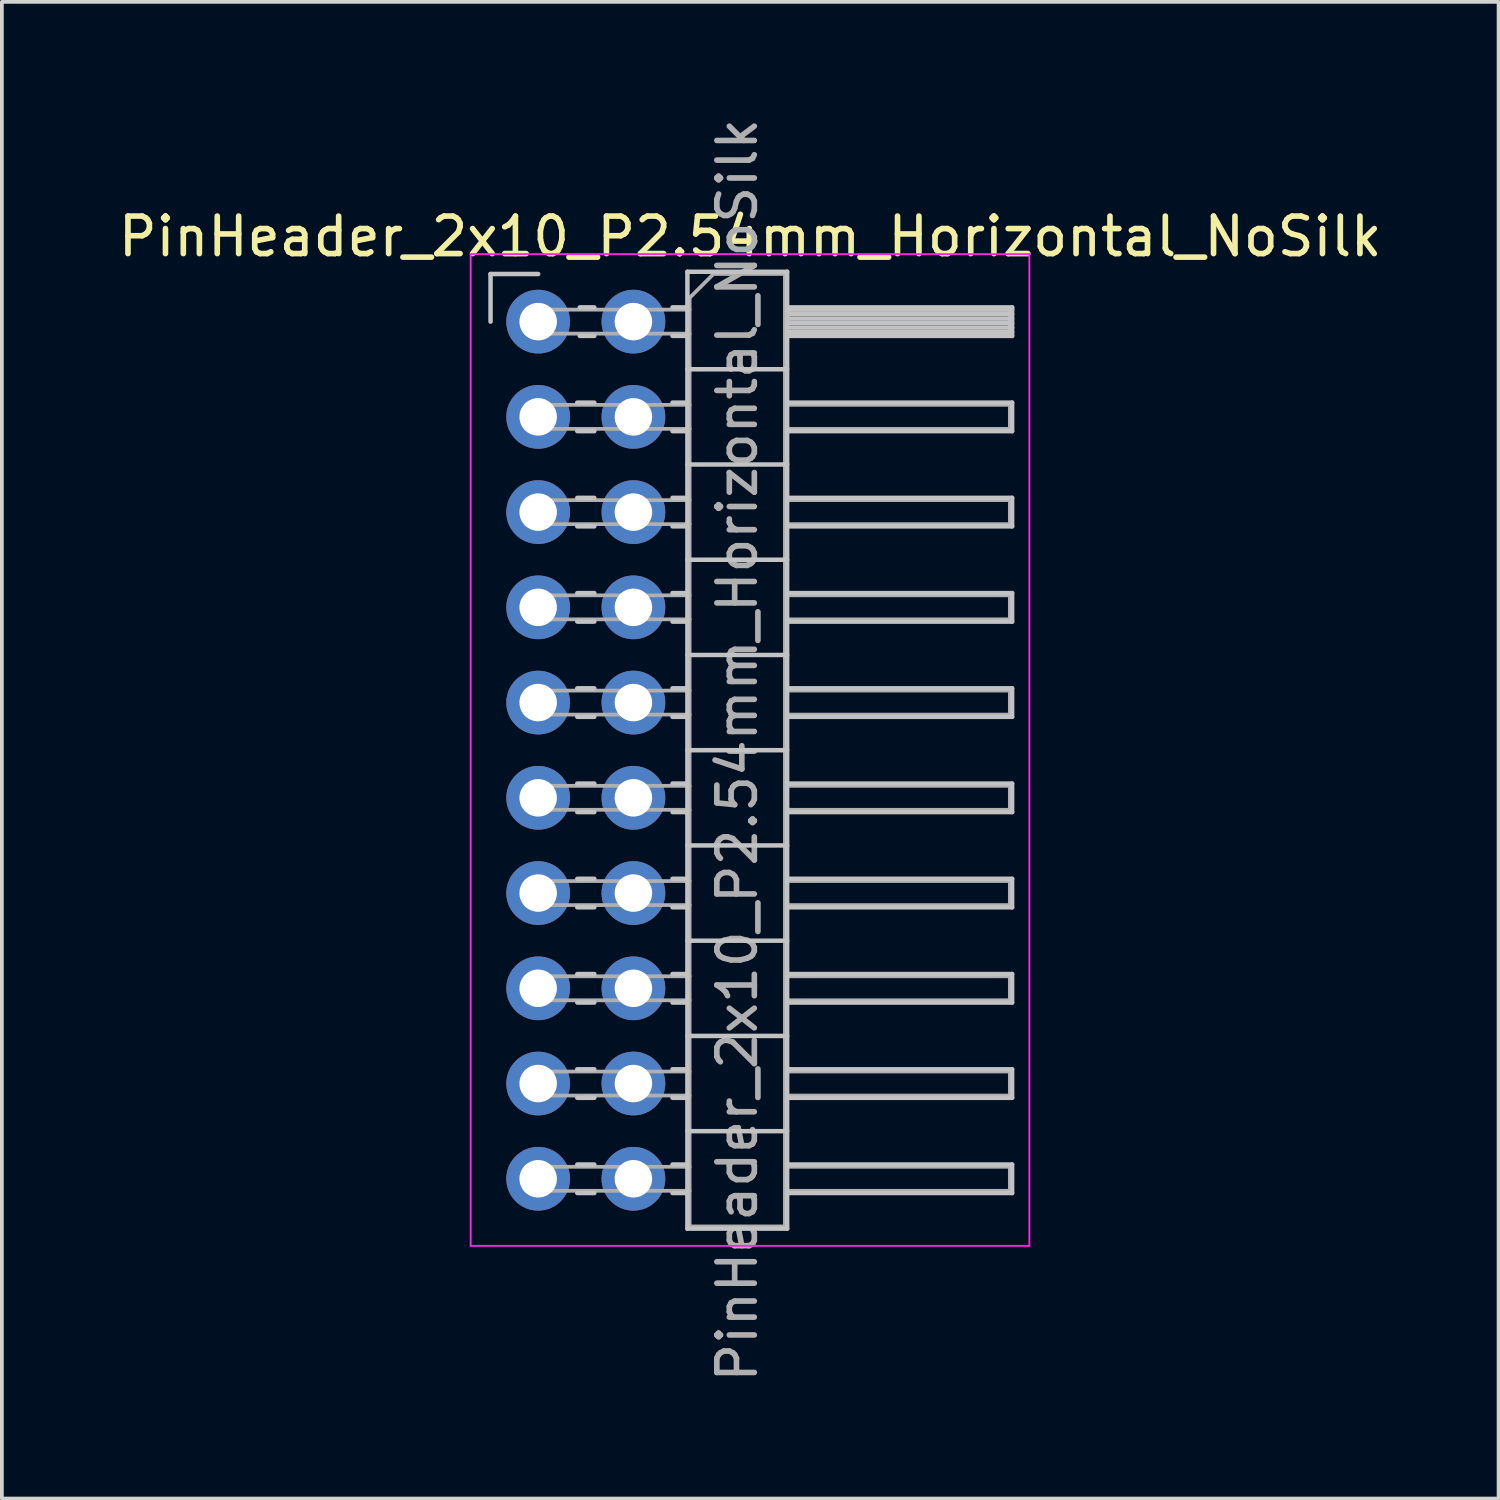
<source format=kicad_pcb>
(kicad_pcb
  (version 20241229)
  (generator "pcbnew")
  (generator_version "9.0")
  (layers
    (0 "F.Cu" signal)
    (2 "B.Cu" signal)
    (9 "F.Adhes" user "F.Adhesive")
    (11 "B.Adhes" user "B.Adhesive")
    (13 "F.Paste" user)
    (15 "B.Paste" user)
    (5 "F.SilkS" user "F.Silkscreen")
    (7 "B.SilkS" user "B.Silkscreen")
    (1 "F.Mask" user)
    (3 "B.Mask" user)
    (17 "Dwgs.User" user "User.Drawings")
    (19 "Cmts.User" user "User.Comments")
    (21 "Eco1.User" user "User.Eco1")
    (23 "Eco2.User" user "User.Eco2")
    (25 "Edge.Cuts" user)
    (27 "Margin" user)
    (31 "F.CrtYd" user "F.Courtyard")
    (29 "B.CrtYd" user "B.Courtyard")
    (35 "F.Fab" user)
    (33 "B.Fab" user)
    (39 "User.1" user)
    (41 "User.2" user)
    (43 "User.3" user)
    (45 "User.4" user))
  (footprint "PinHeader_2x10_P2.54mm_Horizontal_NoSilk"
    (layer "F.Cu")
    (at 11.303 5.528)
    (property "Reference" "PinHeader_2x10_P2.54mm_Horizontal_NoSilk" (at 5.655 -2.27 0) (layer "F.SilkS") (effects (font (size 1 1) (thickness 0.15))))
    (attr through_hole)
    (fp_line (start -1.27 -1.27) (end 0 -1.27) (stroke (width 0.12) (type solid)) (layer "Dwgs.User"))
    (fp_line (start -1.27 0) (end -1.27 -1.27) (stroke (width 0.12) (type solid)) (layer "Dwgs.User"))
    (fp_line (start 1.043 2.16) (end 1.497 2.16) (stroke (width 0.12) (type solid)) (layer "Dwgs.User"))
    (fp_line (start 1.043 2.92) (end 1.497 2.92) (stroke (width 0.12) (type solid)) (layer "Dwgs.User"))
    (fp_line (start 1.043 4.7) (end 1.497 4.7) (stroke (width 0.12) (type solid)) (layer "Dwgs.User"))
    (fp_line (start 1.043 5.46) (end 1.497 5.46) (stroke (width 0.12) (type solid)) (layer "Dwgs.User"))
    (fp_line (start 1.043 7.24) (end 1.497 7.24) (stroke (width 0.12) (type solid)) (layer "Dwgs.User"))
    (fp_line (start 1.043 8) (end 1.497 8) (stroke (width 0.12) (type solid)) (layer "Dwgs.User"))
    (fp_line (start 1.043 9.78) (end 1.497 9.78) (stroke (width 0.12) (type solid)) (layer "Dwgs.User"))
    (fp_line (start 1.043 10.54) (end 1.497 10.54) (stroke (width 0.12) (type solid)) (layer "Dwgs.User"))
    (fp_line (start 1.043 12.32) (end 1.497 12.32) (stroke (width 0.12) (type solid)) (layer "Dwgs.User"))
    (fp_line (start 1.043 13.08) (end 1.497 13.08) (stroke (width 0.12) (type solid)) (layer "Dwgs.User"))
    (fp_line (start 1.043 14.86) (end 1.497 14.86) (stroke (width 0.12) (type solid)) (layer "Dwgs.User"))
    (fp_line (start 1.043 15.62) (end 1.497 15.62) (stroke (width 0.12) (type solid)) (layer "Dwgs.User"))
    (fp_line (start 1.043 17.4) (end 1.497 17.4) (stroke (width 0.12) (type solid)) (layer "Dwgs.User"))
    (fp_line (start 1.043 18.16) (end 1.497 18.16) (stroke (width 0.12) (type solid)) (layer "Dwgs.User"))
    (fp_line (start 1.043 19.94) (end 1.497 19.94) (stroke (width 0.12) (type solid)) (layer "Dwgs.User"))
    (fp_line (start 1.043 20.7) (end 1.497 20.7) (stroke (width 0.12) (type solid)) (layer "Dwgs.User"))
    (fp_line (start 1.043 22.48) (end 1.497 22.48) (stroke (width 0.12) (type solid)) (layer "Dwgs.User"))
    (fp_line (start 1.043 23.24) (end 1.497 23.24) (stroke (width 0.12) (type solid)) (layer "Dwgs.User"))
    (fp_line (start 1.11 -0.38) (end 1.497 -0.38) (stroke (width 0.12) (type solid)) (layer "Dwgs.User"))
    (fp_line (start 1.11 0.38) (end 1.497 0.38) (stroke (width 0.12) (type solid)) (layer "Dwgs.User"))
    (fp_line (start 3.583 -0.38) (end 3.98 -0.38) (stroke (width 0.12) (type solid)) (layer "Dwgs.User"))
    (fp_line (start 3.583 0.38) (end 3.98 0.38) (stroke (width 0.12) (type solid)) (layer "Dwgs.User"))
    (fp_line (start 3.583 2.16) (end 3.98 2.16) (stroke (width 0.12) (type solid)) (layer "Dwgs.User"))
    (fp_line (start 3.583 2.92) (end 3.98 2.92) (stroke (width 0.12) (type solid)) (layer "Dwgs.User"))
    (fp_line (start 3.583 4.7) (end 3.98 4.7) (stroke (width 0.12) (type solid)) (layer "Dwgs.User"))
    (fp_line (start 3.583 5.46) (end 3.98 5.46) (stroke (width 0.12) (type solid)) (layer "Dwgs.User"))
    (fp_line (start 3.583 7.24) (end 3.98 7.24) (stroke (width 0.12) (type solid)) (layer "Dwgs.User"))
    (fp_line (start 3.583 8) (end 3.98 8) (stroke (width 0.12) (type solid)) (layer "Dwgs.User"))
    (fp_line (start 3.583 9.78) (end 3.98 9.78) (stroke (width 0.12) (type solid)) (layer "Dwgs.User"))
    (fp_line (start 3.583 10.54) (end 3.98 10.54) (stroke (width 0.12) (type solid)) (layer "Dwgs.User"))
    (fp_line (start 3.583 12.32) (end 3.98 12.32) (stroke (width 0.12) (type solid)) (layer "Dwgs.User"))
    (fp_line (start 3.583 13.08) (end 3.98 13.08) (stroke (width 0.12) (type solid)) (layer "Dwgs.User"))
    (fp_line (start 3.583 14.86) (end 3.98 14.86) (stroke (width 0.12) (type solid)) (layer "Dwgs.User"))
    (fp_line (start 3.583 15.62) (end 3.98 15.62) (stroke (width 0.12) (type solid)) (layer "Dwgs.User"))
    (fp_line (start 3.583 17.4) (end 3.98 17.4) (stroke (width 0.12) (type solid)) (layer "Dwgs.User"))
    (fp_line (start 3.583 18.16) (end 3.98 18.16) (stroke (width 0.12) (type solid)) (layer "Dwgs.User"))
    (fp_line (start 3.583 19.94) (end 3.98 19.94) (stroke (width 0.12) (type solid)) (layer "Dwgs.User"))
    (fp_line (start 3.583 20.7) (end 3.98 20.7) (stroke (width 0.12) (type solid)) (layer "Dwgs.User"))
    (fp_line (start 3.583 22.48) (end 3.98 22.48) (stroke (width 0.12) (type solid)) (layer "Dwgs.User"))
    (fp_line (start 3.583 23.24) (end 3.98 23.24) (stroke (width 0.12) (type solid)) (layer "Dwgs.User"))
    (fp_line (start 3.98 -1.33) (end 3.98 24.19) (stroke (width 0.12) (type solid)) (layer "Dwgs.User"))
    (fp_line (start 3.98 1.27) (end 6.64 1.27) (stroke (width 0.12) (type solid)) (layer "Dwgs.User"))
    (fp_line (start 3.98 3.81) (end 6.64 3.81) (stroke (width 0.12) (type solid)) (layer "Dwgs.User"))
    (fp_line (start 3.98 6.35) (end 6.64 6.35) (stroke (width 0.12) (type solid)) (layer "Dwgs.User"))
    (fp_line (start 3.98 8.89) (end 6.64 8.89) (stroke (width 0.12) (type solid)) (layer "Dwgs.User"))
    (fp_line (start 3.98 11.43) (end 6.64 11.43) (stroke (width 0.12) (type solid)) (layer "Dwgs.User"))
    (fp_line (start 3.98 13.97) (end 6.64 13.97) (stroke (width 0.12) (type solid)) (layer "Dwgs.User"))
    (fp_line (start 3.98 16.51) (end 6.64 16.51) (stroke (width 0.12) (type solid)) (layer "Dwgs.User"))
    (fp_line (start 3.98 19.05) (end 6.64 19.05) (stroke (width 0.12) (type solid)) (layer "Dwgs.User"))
    (fp_line (start 3.98 21.59) (end 6.64 21.59) (stroke (width 0.12) (type solid)) (layer "Dwgs.User"))
    (fp_line (start 3.98 24.19) (end 6.64 24.19) (stroke (width 0.12) (type solid)) (layer "Dwgs.User"))
    (fp_line (start 6.64 -1.33) (end 3.98 -1.33) (stroke (width 0.12) (type solid)) (layer "Dwgs.User"))
    (fp_line (start 6.64 -0.38) (end 12.64 -0.38) (stroke (width 0.12) (type solid)) (layer "Dwgs.User"))
    (fp_line (start 6.64 -0.32) (end 12.64 -0.32) (stroke (width 0.12) (type solid)) (layer "Dwgs.User"))
    (fp_line (start 6.64 -0.2) (end 12.64 -0.2) (stroke (width 0.12) (type solid)) (layer "Dwgs.User"))
    (fp_line (start 6.64 -0.08) (end 12.64 -0.08) (stroke (width 0.12) (type solid)) (layer "Dwgs.User"))
    (fp_line (start 6.64 0.04) (end 12.64 0.04) (stroke (width 0.12) (type solid)) (layer "Dwgs.User"))
    (fp_line (start 6.64 0.16) (end 12.64 0.16) (stroke (width 0.12) (type solid)) (layer "Dwgs.User"))
    (fp_line (start 6.64 0.28) (end 12.64 0.28) (stroke (width 0.12) (type solid)) (layer "Dwgs.User"))
    (fp_line (start 6.64 2.16) (end 12.64 2.16) (stroke (width 0.12) (type solid)) (layer "Dwgs.User"))
    (fp_line (start 6.64 4.7) (end 12.64 4.7) (stroke (width 0.12) (type solid)) (layer "Dwgs.User"))
    (fp_line (start 6.64 7.24) (end 12.64 7.24) (stroke (width 0.12) (type solid)) (layer "Dwgs.User"))
    (fp_line (start 6.64 9.78) (end 12.64 9.78) (stroke (width 0.12) (type solid)) (layer "Dwgs.User"))
    (fp_line (start 6.64 12.32) (end 12.64 12.32) (stroke (width 0.12) (type solid)) (layer "Dwgs.User"))
    (fp_line (start 6.64 14.86) (end 12.64 14.86) (stroke (width 0.12) (type solid)) (layer "Dwgs.User"))
    (fp_line (start 6.64 17.4) (end 12.64 17.4) (stroke (width 0.12) (type solid)) (layer "Dwgs.User"))
    (fp_line (start 6.64 19.94) (end 12.64 19.94) (stroke (width 0.12) (type solid)) (layer "Dwgs.User"))
    (fp_line (start 6.64 22.48) (end 12.64 22.48) (stroke (width 0.12) (type solid)) (layer "Dwgs.User"))
    (fp_line (start 6.64 24.19) (end 6.64 -1.33) (stroke (width 0.12) (type solid)) (layer "Dwgs.User"))
    (fp_line (start 12.64 -0.38) (end 12.64 0.38) (stroke (width 0.12) (type solid)) (layer "Dwgs.User"))
    (fp_line (start 12.64 0.38) (end 6.64 0.38) (stroke (width 0.12) (type solid)) (layer "Dwgs.User"))
    (fp_line (start 12.64 2.16) (end 12.64 2.92) (stroke (width 0.12) (type solid)) (layer "Dwgs.User"))
    (fp_line (start 12.64 2.92) (end 6.64 2.92) (stroke (width 0.12) (type solid)) (layer "Dwgs.User"))
    (fp_line (start 12.64 4.7) (end 12.64 5.46) (stroke (width 0.12) (type solid)) (layer "Dwgs.User"))
    (fp_line (start 12.64 5.46) (end 6.64 5.46) (stroke (width 0.12) (type solid)) (layer "Dwgs.User"))
    (fp_line (start 12.64 7.24) (end 12.64 8) (stroke (width 0.12) (type solid)) (layer "Dwgs.User"))
    (fp_line (start 12.64 8) (end 6.64 8) (stroke (width 0.12) (type solid)) (layer "Dwgs.User"))
    (fp_line (start 12.64 9.78) (end 12.64 10.54) (stroke (width 0.12) (type solid)) (layer "Dwgs.User"))
    (fp_line (start 12.64 10.54) (end 6.64 10.54) (stroke (width 0.12) (type solid)) (layer "Dwgs.User"))
    (fp_line (start 12.64 12.32) (end 12.64 13.08) (stroke (width 0.12) (type solid)) (layer "Dwgs.User"))
    (fp_line (start 12.64 13.08) (end 6.64 13.08) (stroke (width 0.12) (type solid)) (layer "Dwgs.User"))
    (fp_line (start 12.64 14.86) (end 12.64 15.62) (stroke (width 0.12) (type solid)) (layer "Dwgs.User"))
    (fp_line (start 12.64 15.62) (end 6.64 15.62) (stroke (width 0.12) (type solid)) (layer "Dwgs.User"))
    (fp_line (start 12.64 17.4) (end 12.64 18.16) (stroke (width 0.12) (type solid)) (layer "Dwgs.User"))
    (fp_line (start 12.64 18.16) (end 6.64 18.16) (stroke (width 0.12) (type solid)) (layer "Dwgs.User"))
    (fp_line (start 12.64 19.94) (end 12.64 20.7) (stroke (width 0.12) (type solid)) (layer "Dwgs.User"))
    (fp_line (start 12.64 20.7) (end 6.64 20.7) (stroke (width 0.12) (type solid)) (layer "Dwgs.User"))
    (fp_line (start 12.64 22.48) (end 12.64 23.24) (stroke (width 0.12) (type solid)) (layer "Dwgs.User"))
    (fp_line (start 12.64 23.24) (end 6.64 23.24) (stroke (width 0.12) (type solid)) (layer "Dwgs.User"))
    (fp_line (start -1.8 -1.8) (end -1.8 24.65) (stroke (width 0.05) (type solid)) (layer "F.CrtYd"))
    (fp_line (start -1.8 24.65) (end 13.1 24.65) (stroke (width 0.05) (type solid)) (layer "F.CrtYd"))
    (fp_line (start 13.1 -1.8) (end -1.8 -1.8) (stroke (width 0.05) (type solid)) (layer "F.CrtYd"))
    (fp_line (start 13.1 24.65) (end 13.1 -1.8) (stroke (width 0.05) (type solid)) (layer "F.CrtYd"))
    (fp_line (start -0.32 -0.32) (end -0.32 0.32) (stroke (width 0.1) (type solid)) (layer "F.Fab"))
    (fp_line (start -0.32 -0.32) (end 4.04 -0.32) (stroke (width 0.1) (type solid)) (layer "F.Fab"))
    (fp_line (start -0.32 0.32) (end 4.04 0.32) (stroke (width 0.1) (type solid)) (layer "F.Fab"))
    (fp_line (start -0.32 2.22) (end -0.32 2.86) (stroke (width 0.1) (type solid)) (layer "F.Fab"))
    (fp_line (start -0.32 2.22) (end 4.04 2.22) (stroke (width 0.1) (type solid)) (layer "F.Fab"))
    (fp_line (start -0.32 2.86) (end 4.04 2.86) (stroke (width 0.1) (type solid)) (layer "F.Fab"))
    (fp_line (start -0.32 4.76) (end -0.32 5.4) (stroke (width 0.1) (type solid)) (layer "F.Fab"))
    (fp_line (start -0.32 4.76) (end 4.04 4.76) (stroke (width 0.1) (type solid)) (layer "F.Fab"))
    (fp_line (start -0.32 5.4) (end 4.04 5.4) (stroke (width 0.1) (type solid)) (layer "F.Fab"))
    (fp_line (start -0.32 7.3) (end -0.32 7.94) (stroke (width 0.1) (type solid)) (layer "F.Fab"))
    (fp_line (start -0.32 7.3) (end 4.04 7.3) (stroke (width 0.1) (type solid)) (layer "F.Fab"))
    (fp_line (start -0.32 7.94) (end 4.04 7.94) (stroke (width 0.1) (type solid)) (layer "F.Fab"))
    (fp_line (start -0.32 9.84) (end -0.32 10.48) (stroke (width 0.1) (type solid)) (layer "F.Fab"))
    (fp_line (start -0.32 9.84) (end 4.04 9.84) (stroke (width 0.1) (type solid)) (layer "F.Fab"))
    (fp_line (start -0.32 10.48) (end 4.04 10.48) (stroke (width 0.1) (type solid)) (layer "F.Fab"))
    (fp_line (start -0.32 12.38) (end -0.32 13.02) (stroke (width 0.1) (type solid)) (layer "F.Fab"))
    (fp_line (start -0.32 12.38) (end 4.04 12.38) (stroke (width 0.1) (type solid)) (layer "F.Fab"))
    (fp_line (start -0.32 13.02) (end 4.04 13.02) (stroke (width 0.1) (type solid)) (layer "F.Fab"))
    (fp_line (start -0.32 14.92) (end -0.32 15.56) (stroke (width 0.1) (type solid)) (layer "F.Fab"))
    (fp_line (start -0.32 14.92) (end 4.04 14.92) (stroke (width 0.1) (type solid)) (layer "F.Fab"))
    (fp_line (start -0.32 15.56) (end 4.04 15.56) (stroke (width 0.1) (type solid)) (layer "F.Fab"))
    (fp_line (start -0.32 17.46) (end -0.32 18.1) (stroke (width 0.1) (type solid)) (layer "F.Fab"))
    (fp_line (start -0.32 17.46) (end 4.04 17.46) (stroke (width 0.1) (type solid)) (layer "F.Fab"))
    (fp_line (start -0.32 18.1) (end 4.04 18.1) (stroke (width 0.1) (type solid)) (layer "F.Fab"))
    (fp_line (start -0.32 20) (end -0.32 20.64) (stroke (width 0.1) (type solid)) (layer "F.Fab"))
    (fp_line (start -0.32 20) (end 4.04 20) (stroke (width 0.1) (type solid)) (layer "F.Fab"))
    (fp_line (start -0.32 20.64) (end 4.04 20.64) (stroke (width 0.1) (type solid)) (layer "F.Fab"))
    (fp_line (start -0.32 22.54) (end -0.32 23.18) (stroke (width 0.1) (type solid)) (layer "F.Fab"))
    (fp_line (start -0.32 22.54) (end 4.04 22.54) (stroke (width 0.1) (type solid)) (layer "F.Fab"))
    (fp_line (start -0.32 23.18) (end 4.04 23.18) (stroke (width 0.1) (type solid)) (layer "F.Fab"))
    (fp_line (start 4.04 -0.635) (end 4.675 -1.27) (stroke (width 0.1) (type solid)) (layer "F.Fab"))
    (fp_line (start 4.04 24.13) (end 4.04 -0.635) (stroke (width 0.1) (type solid)) (layer "F.Fab"))
    (fp_line (start 4.675 -1.27) (end 6.58 -1.27) (stroke (width 0.1) (type solid)) (layer "F.Fab"))
    (fp_line (start 6.58 -1.27) (end 6.58 24.13) (stroke (width 0.1) (type solid)) (layer "F.Fab"))
    (fp_line (start 6.58 -0.32) (end 12.58 -0.32) (stroke (width 0.1) (type solid)) (layer "F.Fab"))
    (fp_line (start 6.58 0.32) (end 12.58 0.32) (stroke (width 0.1) (type solid)) (layer "F.Fab"))
    (fp_line (start 6.58 2.22) (end 12.58 2.22) (stroke (width 0.1) (type solid)) (layer "F.Fab"))
    (fp_line (start 6.58 2.86) (end 12.58 2.86) (stroke (width 0.1) (type solid)) (layer "F.Fab"))
    (fp_line (start 6.58 4.76) (end 12.58 4.76) (stroke (width 0.1) (type solid)) (layer "F.Fab"))
    (fp_line (start 6.58 5.4) (end 12.58 5.4) (stroke (width 0.1) (type solid)) (layer "F.Fab"))
    (fp_line (start 6.58 7.3) (end 12.58 7.3) (stroke (width 0.1) (type solid)) (layer "F.Fab"))
    (fp_line (start 6.58 7.94) (end 12.58 7.94) (stroke (width 0.1) (type solid)) (layer "F.Fab"))
    (fp_line (start 6.58 9.84) (end 12.58 9.84) (stroke (width 0.1) (type solid)) (layer "F.Fab"))
    (fp_line (start 6.58 10.48) (end 12.58 10.48) (stroke (width 0.1) (type solid)) (layer "F.Fab"))
    (fp_line (start 6.58 12.38) (end 12.58 12.38) (stroke (width 0.1) (type solid)) (layer "F.Fab"))
    (fp_line (start 6.58 13.02) (end 12.58 13.02) (stroke (width 0.1) (type solid)) (layer "F.Fab"))
    (fp_line (start 6.58 14.92) (end 12.58 14.92) (stroke (width 0.1) (type solid)) (layer "F.Fab"))
    (fp_line (start 6.58 15.56) (end 12.58 15.56) (stroke (width 0.1) (type solid)) (layer "F.Fab"))
    (fp_line (start 6.58 17.46) (end 12.58 17.46) (stroke (width 0.1) (type solid)) (layer "F.Fab"))
    (fp_line (start 6.58 18.1) (end 12.58 18.1) (stroke (width 0.1) (type solid)) (layer "F.Fab"))
    (fp_line (start 6.58 20) (end 12.58 20) (stroke (width 0.1) (type solid)) (layer "F.Fab"))
    (fp_line (start 6.58 20.64) (end 12.58 20.64) (stroke (width 0.1) (type solid)) (layer "F.Fab"))
    (fp_line (start 6.58 22.54) (end 12.58 22.54) (stroke (width 0.1) (type solid)) (layer "F.Fab"))
    (fp_line (start 6.58 23.18) (end 12.58 23.18) (stroke (width 0.1) (type solid)) (layer "F.Fab"))
    (fp_line (start 6.58 24.13) (end 4.04 24.13) (stroke (width 0.1) (type solid)) (layer "F.Fab"))
    (fp_line (start 12.58 -0.32) (end 12.58 0.32) (stroke (width 0.1) (type solid)) (layer "F.Fab"))
    (fp_line (start 12.58 2.22) (end 12.58 2.86) (stroke (width 0.1) (type solid)) (layer "F.Fab"))
    (fp_line (start 12.58 4.76) (end 12.58 5.4) (stroke (width 0.1) (type solid)) (layer "F.Fab"))
    (fp_line (start 12.58 7.3) (end 12.58 7.94) (stroke (width 0.1) (type solid)) (layer "F.Fab"))
    (fp_line (start 12.58 9.84) (end 12.58 10.48) (stroke (width 0.1) (type solid)) (layer "F.Fab"))
    (fp_line (start 12.58 12.38) (end 12.58 13.02) (stroke (width 0.1) (type solid)) (layer "F.Fab"))
    (fp_line (start 12.58 14.92) (end 12.58 15.56) (stroke (width 0.1) (type solid)) (layer "F.Fab"))
    (fp_line (start 12.58 17.46) (end 12.58 18.1) (stroke (width 0.1) (type solid)) (layer "F.Fab"))
    (fp_line (start 12.58 20) (end 12.58 20.64) (stroke (width 0.1) (type solid)) (layer "F.Fab"))
    (fp_line (start 12.58 22.54) (end 12.58 23.18) (stroke (width 0.1) (type solid)) (layer "F.Fab"))
    (fp_text user "${REFERENCE}" (at 5.31 11.43 90) (layer "F.Fab") (effects (font (size 1 1) (thickness 0.15))))
    (pad "1" thru_hole circle (at 0 0) (size 1.7 1.7) (drill 1) (layers "*.Cu" "*.Mask"))
    (pad "2" thru_hole oval (at 2.54 0) (size 1.7 1.7) (drill 1) (layers "*.Cu" "*.Mask"))
    (pad "3" thru_hole oval (at 0 2.54) (size 1.7 1.7) (drill 1) (layers "*.Cu" "*.Mask"))
    (pad "4" thru_hole oval (at 2.54 2.54) (size 1.7 1.7) (drill 1) (layers "*.Cu" "*.Mask"))
    (pad "5" thru_hole oval (at 0 5.08) (size 1.7 1.7) (drill 1) (layers "*.Cu" "*.Mask"))
    (pad "6" thru_hole oval (at 2.54 5.08) (size 1.7 1.7) (drill 1) (layers "*.Cu" "*.Mask"))
    (pad "7" thru_hole oval (at 0 7.62) (size 1.7 1.7) (drill 1) (layers "*.Cu" "*.Mask"))
    (pad "8" thru_hole oval (at 2.54 7.62) (size 1.7 1.7) (drill 1) (layers "*.Cu" "*.Mask"))
    (pad "9" thru_hole oval (at 0 10.16) (size 1.7 1.7) (drill 1) (layers "*.Cu" "*.Mask"))
    (pad "10" thru_hole oval (at 2.54 10.16) (size 1.7 1.7) (drill 1) (layers "*.Cu" "*.Mask"))
    (pad "11" thru_hole oval (at 0 12.7) (size 1.7 1.7) (drill 1) (layers "*.Cu" "*.Mask"))
    (pad "12" thru_hole oval (at 2.54 12.7) (size 1.7 1.7) (drill 1) (layers "*.Cu" "*.Mask"))
    (pad "13" thru_hole oval (at 0 15.24) (size 1.7 1.7) (drill 1) (layers "*.Cu" "*.Mask"))
    (pad "14" thru_hole oval (at 2.54 15.24) (size 1.7 1.7) (drill 1) (layers "*.Cu" "*.Mask"))
    (pad "15" thru_hole oval (at 0 17.78) (size 1.7 1.7) (drill 1) (layers "*.Cu" "*.Mask"))
    (pad "16" thru_hole oval (at 2.54 17.78) (size 1.7 1.7) (drill 1) (layers "*.Cu" "*.Mask"))
    (pad "17" thru_hole oval (at 0 20.32) (size 1.7 1.7) (drill 1) (layers "*.Cu" "*.Mask"))
    (pad "18" thru_hole oval (at 2.54 20.32) (size 1.7 1.7) (drill 1) (layers "*.Cu" "*.Mask"))
    (pad "19" thru_hole oval (at 0 22.86) (size 1.7 1.7) (drill 1) (layers "*.Cu" "*.Mask"))
    (pad "20" thru_hole oval (at 2.54 22.86) (size 1.7 1.7) (drill 1) (layers "*.Cu" "*.Mask")))
  (gr_rect
    (start -3 -3)
    (end 36.917 36.917)
    (stroke (width 0.1) (type default))
    (fill no)
    (layer "Edge.Cuts")))
</source>
